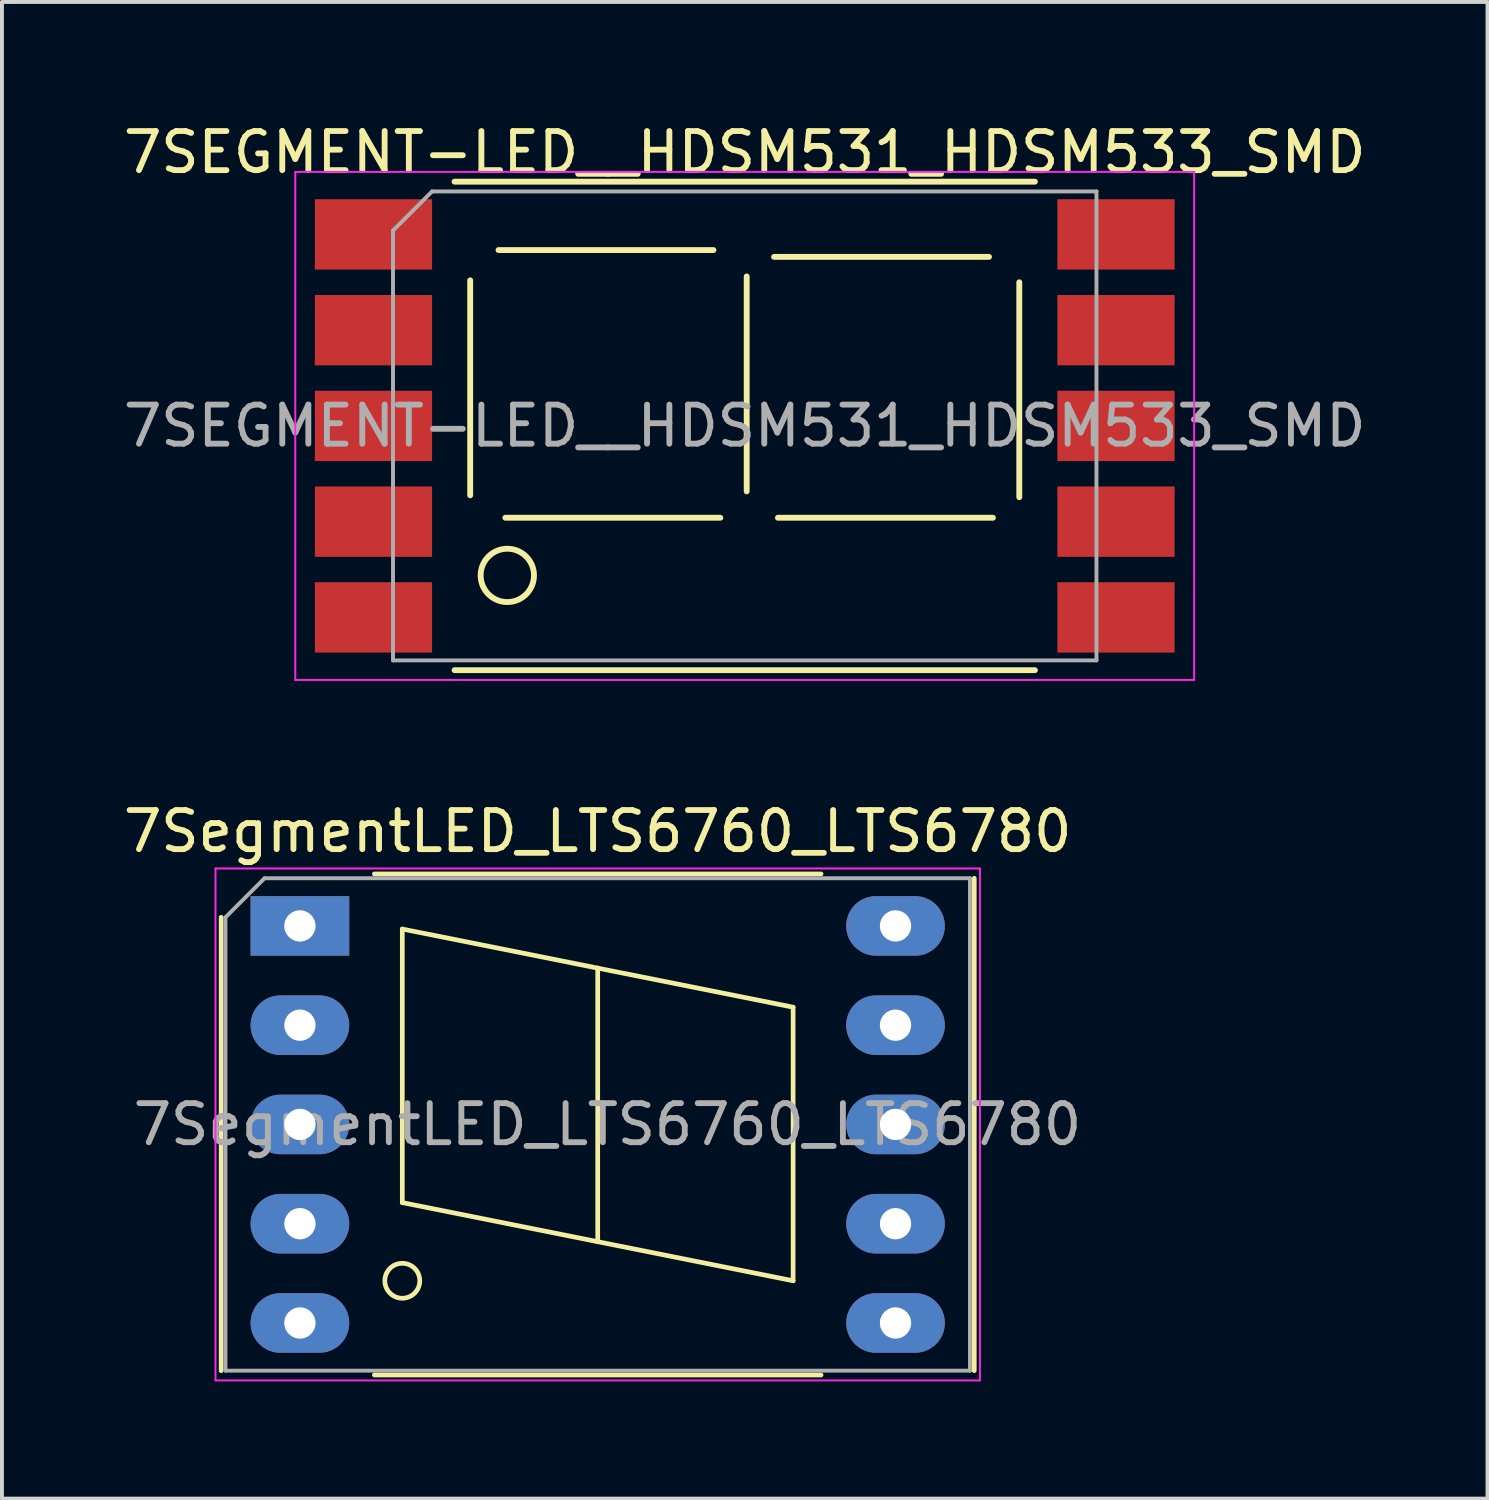
<source format=kicad_pcb>
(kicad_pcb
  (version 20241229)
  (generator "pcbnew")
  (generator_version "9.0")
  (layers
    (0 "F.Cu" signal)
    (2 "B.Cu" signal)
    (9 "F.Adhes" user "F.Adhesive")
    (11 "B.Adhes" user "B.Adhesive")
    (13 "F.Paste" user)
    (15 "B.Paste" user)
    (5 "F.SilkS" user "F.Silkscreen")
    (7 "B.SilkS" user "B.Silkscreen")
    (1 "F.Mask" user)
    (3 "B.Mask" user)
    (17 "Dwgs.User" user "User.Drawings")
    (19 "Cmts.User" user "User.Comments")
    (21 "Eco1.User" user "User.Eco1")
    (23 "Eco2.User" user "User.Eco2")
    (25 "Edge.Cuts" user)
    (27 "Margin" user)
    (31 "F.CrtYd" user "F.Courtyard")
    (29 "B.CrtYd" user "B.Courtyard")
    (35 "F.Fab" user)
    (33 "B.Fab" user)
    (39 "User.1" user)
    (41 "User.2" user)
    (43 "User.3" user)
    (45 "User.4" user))
  (footprint "7SEGMENT-LED__HDSM531_HDSM533_SMD"
    (layer "F.Cu")
    (at 16.006 7.848)
    (property "Reference" "7SEGMENT-LED__HDSM531_HDSM533_SMD" (at 0 -7 0) (layer "F.SilkS") (effects (font (size 1 1) (thickness 0.15))))
    (attr smd)
    (fp_line (start -7.425 6.25) (end 7.425 6.25) (stroke (width 0.15) (type solid)) (layer "F.SilkS"))
    (fp_line (start -7.025 -3.725) (end -7.025 1.775) (stroke (width 0.15) (type solid)) (layer "F.SilkS"))
    (fp_line (start -6.3 -4.5) (end -0.8 -4.5) (stroke (width 0.15) (type solid)) (layer "F.SilkS"))
    (fp_line (start -6.125 2.35) (end -0.625 2.35) (stroke (width 0.15) (type solid)) (layer "F.SilkS"))
    (fp_line (start 0.05 -3.825) (end 0.05 1.675) (stroke (width 0.15) (type solid)) (layer "F.SilkS"))
    (fp_line (start 0.75 -4.325) (end 6.25 -4.325) (stroke (width 0.15) (type solid)) (layer "F.SilkS"))
    (fp_line (start 0.85 2.35) (end 6.35 2.35) (stroke (width 0.15) (type solid)) (layer "F.SilkS"))
    (fp_line (start 7.025 -3.675) (end 7.025 1.825) (stroke (width 0.15) (type solid)) (layer "F.SilkS"))
    (fp_line (start 7.425 -6.25) (end -7.425 -6.25) (stroke (width 0.15) (type solid)) (layer "F.SilkS"))
    (fp_circle (center -6.075 3.825) (end -6.75 3.925) (stroke (width 0.15) (type solid)) (fill no) (layer "F.SilkS"))
    (fp_line (start -11.5 -6.5) (end 11.5 -6.5) (stroke (width 0.05) (type solid)) (layer "F.CrtYd"))
    (fp_line (start -11.5 6.5) (end -11.5 -6.5) (stroke (width 0.05) (type solid)) (layer "F.CrtYd"))
    (fp_line (start 11.5 -6.5) (end 11.5 6.5) (stroke (width 0.05) (type solid)) (layer "F.CrtYd"))
    (fp_line (start 11.5 6.5) (end -11.5 6.5) (stroke (width 0.05) (type solid)) (layer "F.CrtYd"))
    (fp_line (start -9 -5) (end -9 6) (stroke (width 0.1) (type solid)) (layer "F.Fab"))
    (fp_line (start -9 6) (end 9 6) (stroke (width 0.1) (type solid)) (layer "F.Fab"))
    (fp_line (start -8 -6) (end -9 -5) (stroke (width 0.1) (type solid)) (layer "F.Fab"))
    (fp_line (start 9 -6) (end -8 -6) (stroke (width 0.1) (type solid)) (layer "F.Fab"))
    (fp_line (start 9 6) (end 9 -6) (stroke (width 0.1) (type solid)) (layer "F.Fab"))
    (fp_text user "${REFERENCE}" (at 0 0 0) (layer "F.Fab") (effects (font (size 1 1) (thickness 0.15))))
    (pad "1" smd rect (at -9.5 -4.9 270) (size 1.8 3) (layers "F.Cu" "F.Mask" "F.Paste"))
    (pad "2" smd rect (at -9.5 -2.45 270) (size 1.8 3) (layers "F.Cu" "F.Mask" "F.Paste"))
    (pad "3" smd rect (at -9.5 0 270) (size 1.8 3) (layers "F.Cu" "F.Mask" "F.Paste"))
    (pad "4" smd rect (at -9.5 2.45 270) (size 1.8 3) (layers "F.Cu" "F.Mask" "F.Paste"))
    (pad "5" smd rect (at -9.5 4.9 270) (size 1.8 3) (layers "F.Cu" "F.Mask" "F.Paste"))
    (pad "6" smd rect (at 9.5 4.9 270) (size 1.8 3) (layers "F.Cu" "F.Mask" "F.Paste"))
    (pad "7" smd rect (at 9.5 2.45 270) (size 1.8 3) (layers "F.Cu" "F.Mask" "F.Paste"))
    (pad "8" smd rect (at 9.5 0 270) (size 1.8 3) (layers "F.Cu" "F.Mask" "F.Paste"))
    (pad "9" smd rect (at 9.5 -2.45 270) (size 1.8 3) (layers "F.Cu" "F.Mask" "F.Paste"))
    (pad "10" smd rect (at 9.5 -4.9 270) (size 1.8 3) (layers "F.Cu" "F.Mask" "F.Paste")))
  (footprint "7SegmentLED_LTS6760_LTS6780"
    (layer "F.Cu")
    (at 4.624 20.642)
    (property "Reference" "7SegmentLED_LTS6760_LTS6780" (at 7.62 -2.42 0) (layer "F.SilkS") (effects (font (size 1 1) (thickness 0.15))))
    (attr through_hole)
    (fp_line (start -2.015 -0.22) (end -2.015 11.38) (stroke (width 0.12) (type solid)) (layer "F.SilkS"))
    (fp_line (start 1.905 -1.33) (end 13.335 -1.33) (stroke (width 0.12) (type solid)) (layer "F.SilkS"))
    (fp_line (start 1.905 11.49) (end 13.335 11.49) (stroke (width 0.12) (type solid)) (layer "F.SilkS"))
    (fp_line (start 2.62 0.08) (end 2.62 7.08) (stroke (width 0.12) (type solid)) (layer "F.SilkS"))
    (fp_line (start 2.62 7.08) (end 7.62 8.08) (stroke (width 0.12) (type solid)) (layer "F.SilkS"))
    (fp_line (start 7.62 1.08) (end 2.62 0.08) (stroke (width 0.12) (type solid)) (layer "F.SilkS"))
    (fp_line (start 7.62 8.08) (end 7.62 1.08) (stroke (width 0.12) (type solid)) (layer "F.SilkS"))
    (fp_line (start 12.62 2.08) (end 7.62 1.08) (stroke (width 0.12) (type solid)) (layer "F.SilkS"))
    (fp_line (start 12.62 2.08) (end 12.62 9.08) (stroke (width 0.12) (type solid)) (layer "F.SilkS"))
    (fp_line (start 12.62 9.08) (end 7.62 8.08) (stroke (width 0.12) (type solid)) (layer "F.SilkS"))
    (fp_line (start 17.255 11.38) (end 17.255 -1.22) (stroke (width 0.12) (type solid)) (layer "F.SilkS"))
    (fp_circle (center 2.62 9.08) (end 3.067 9.08) (stroke (width 0.12) (type solid)) (fill no) (layer "F.SilkS"))
    (fp_line (start -2.16 -1.47) (end -2.16 11.63) (stroke (width 0.05) (type solid)) (layer "F.CrtYd"))
    (fp_line (start -2.16 -1.47) (end 17.4 -1.47) (stroke (width 0.05) (type solid)) (layer "F.CrtYd"))
    (fp_line (start -2.16 11.63) (end 17.4 11.63) (stroke (width 0.05) (type solid)) (layer "F.CrtYd"))
    (fp_line (start 17.4 -1.47) (end 17.4 11.63) (stroke (width 0.05) (type solid)) (layer "F.CrtYd"))
    (fp_line (start -1.905 -0.22) (end -1.905 11.38) (stroke (width 0.1) (type solid)) (layer "F.Fab"))
    (fp_line (start -1.905 11.38) (end 17.145 11.38) (stroke (width 0.1) (type solid)) (layer "F.Fab"))
    (fp_line (start -0.905 -1.22) (end -1.905 -0.22) (stroke (width 0.1) (type solid)) (layer "F.Fab"))
    (fp_line (start -0.905 -1.22) (end 17.145 -1.22) (stroke (width 0.1) (type solid)) (layer "F.Fab"))
    (fp_line (start 17.145 11.38) (end 17.145 -1.22) (stroke (width 0.1) (type solid)) (layer "F.Fab"))
    (fp_text user "${REFERENCE}" (at 7.87 5.08 0) (layer "F.Fab") (effects (font (size 1 1) (thickness 0.15))))
    (pad "1" thru_hole rect (at 0 0 270) (size 1.524 2.524) (drill 0.8) (layers "*.Cu" "*.Mask"))
    (pad "2" thru_hole oval (at 0 2.54 270) (size 1.524 2.524) (drill 0.8) (layers "*.Cu" "*.Mask"))
    (pad "3" thru_hole oval (at 0 5.08 270) (size 1.524 2.524) (drill 0.8) (layers "*.Cu" "*.Mask"))
    (pad "4" thru_hole oval (at 0 7.62 270) (size 1.524 2.524) (drill 0.8) (layers "*.Cu" "*.Mask"))
    (pad "5" thru_hole oval (at 0 10.16 270) (size 1.524 2.524) (drill 0.8) (layers "*.Cu" "*.Mask"))
    (pad "6" thru_hole oval (at 15.24 10.16 270) (size 1.524 2.524) (drill 0.8) (layers "*.Cu" "*.Mask"))
    (pad "7" thru_hole oval (at 15.24 7.62 270) (size 1.524 2.524) (drill 0.8) (layers "*.Cu" "*.Mask"))
    (pad "8" thru_hole oval (at 15.24 5.08 270) (size 1.524 2.524) (drill 0.8) (layers "*.Cu" "*.Mask"))
    (pad "9" thru_hole oval (at 15.24 2.54 270) (size 1.524 2.524) (drill 0.8) (layers "*.Cu" "*.Mask"))
    (pad "10" thru_hole oval (at 15.24 0 270) (size 1.524 2.524) (drill 0.8) (layers "*.Cu" "*.Mask")))
  (gr_rect
    (start -3 -3)
    (end 35.012 35.297)
    (stroke (width 0.1) (type default))
    (fill no)
    (layer "Edge.Cuts")))
</source>
